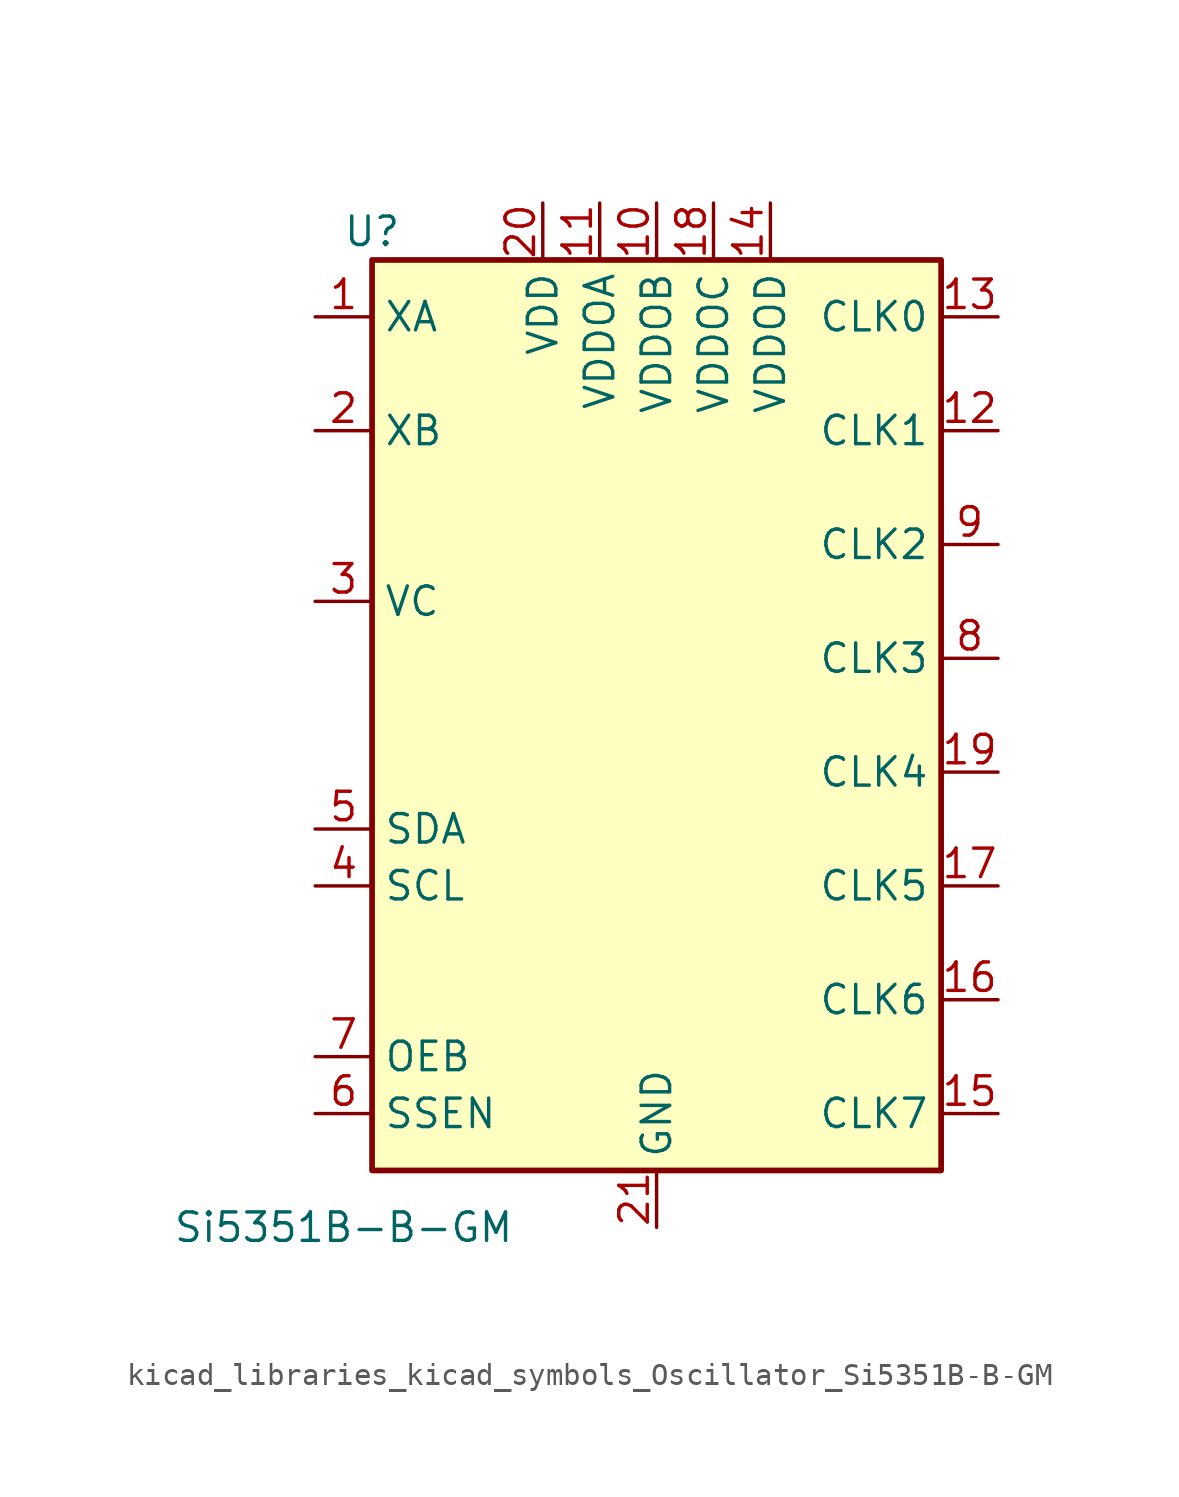
<source format=kicad_sym>
(kicad_symbol_lib
  (version 20220914)
  (generator kicad_symbol_editor)
  (symbol "kicad_libraries_kicad_symbols_Oscillator_Si5351B-B-GM"
    (property "Reference" "U"
      (at -12.7 21.59 0)
      (effects (font (size 1.27 1.27))))
    (property "Value" "Si5351B-B-GM"
      (at -13.97 -22.86 0)
      (effects (font (size 1.27 1.27))))
    (symbol "kicad_libraries_kicad_symbols_Oscillator_Si5351B-B-GM_1_1"
      (rectangle (start -12.7 20.32) (end 12.7 -20.32) (stroke (width 0.254) (type default)) (fill (type background)))
      (pin input line (at -15.24 17.78 0) (length 2.54) (name "XA" (effects (font (size 1.27 1.27)))) (number "1" (effects (font (size 1.27 1.27)))))
      (pin power_in line (at 0 22.86 270) (length 2.54) (name "VDDOB" (effects (font (size 1.27 1.27)))) (number "10" (effects (font (size 1.27 1.27)))))
      (pin power_in line (at -2.54 22.86 270) (length 2.54) (name "VDDOA" (effects (font (size 1.27 1.27)))) (number "11" (effects (font (size 1.27 1.27)))))
      (pin output line (at 15.24 12.7 180) (length 2.54) (name "CLK1" (effects (font (size 1.27 1.27)))) (number "12" (effects (font (size 1.27 1.27)))))
      (pin output line (at 15.24 17.78 180) (length 2.54) (name "CLK0" (effects (font (size 1.27 1.27)))) (number "13" (effects (font (size 1.27 1.27)))))
      (pin power_in line (at 5.08 22.86 270) (length 2.54) (name "VDDOD" (effects (font (size 1.27 1.27)))) (number "14" (effects (font (size 1.27 1.27)))))
      (pin output line (at 15.24 -17.78 180) (length 2.54) (name "CLK7" (effects (font (size 1.27 1.27)))) (number "15" (effects (font (size 1.27 1.27)))))
      (pin output line (at 15.24 -12.7 180) (length 2.54) (name "CLK6" (effects (font (size 1.27 1.27)))) (number "16" (effects (font (size 1.27 1.27)))))
      (pin output line (at 15.24 -7.62 180) (length 2.54) (name "CLK5" (effects (font (size 1.27 1.27)))) (number "17" (effects (font (size 1.27 1.27)))))
      (pin power_in line (at 2.54 22.86 270) (length 2.54) (name "VDDOC" (effects (font (size 1.27 1.27)))) (number "18" (effects (font (size 1.27 1.27)))))
      (pin output line (at 15.24 -2.54 180) (length 2.54) (name "CLK4" (effects (font (size 1.27 1.27)))) (number "19" (effects (font (size 1.27 1.27)))))
      (pin input line (at -15.24 12.7 0) (length 2.54) (name "XB" (effects (font (size 1.27 1.27)))) (number "2" (effects (font (size 1.27 1.27)))))
      (pin power_in line (at -5.08 22.86 270) (length 2.54) (name "VDD" (effects (font (size 1.27 1.27)))) (number "20" (effects (font (size 1.27 1.27)))))
      (pin power_in line (at 0 -22.86 90) (length 2.54) (name "GND" (effects (font (size 1.27 1.27)))) (number "21" (effects (font (size 1.27 1.27)))))
      (pin input line (at -15.24 5.08 0) (length 2.54) (name "VC" (effects (font (size 1.27 1.27)))) (number "3" (effects (font (size 1.27 1.27)))))
      (pin input line (at -15.24 -7.62 0) (length 2.54) (name "SCL" (effects (font (size 1.27 1.27)))) (number "4" (effects (font (size 1.27 1.27)))))
      (pin bidirectional line (at -15.24 -5.08 0) (length 2.54) (name "SDA" (effects (font (size 1.27 1.27)))) (number "5" (effects (font (size 1.27 1.27)))))
      (pin input line (at -15.24 -17.78 0) (length 2.54) (name "SSEN" (effects (font (size 1.27 1.27)))) (number "6" (effects (font (size 1.27 1.27)))))
      (pin input line (at -15.24 -15.24 0) (length 2.54) (name "OEB" (effects (font (size 1.27 1.27)))) (number "7" (effects (font (size 1.27 1.27)))))
      (pin output line (at 15.24 2.54 180) (length 2.54) (name "CLK3" (effects (font (size 1.27 1.27)))) (number "8" (effects (font (size 1.27 1.27)))))
      (pin output line (at 15.24 7.62 180) (length 2.54) (name "CLK2" (effects (font (size 1.27 1.27)))) (number "9" (effects (font (size 1.27 1.27))))))))
</source>
